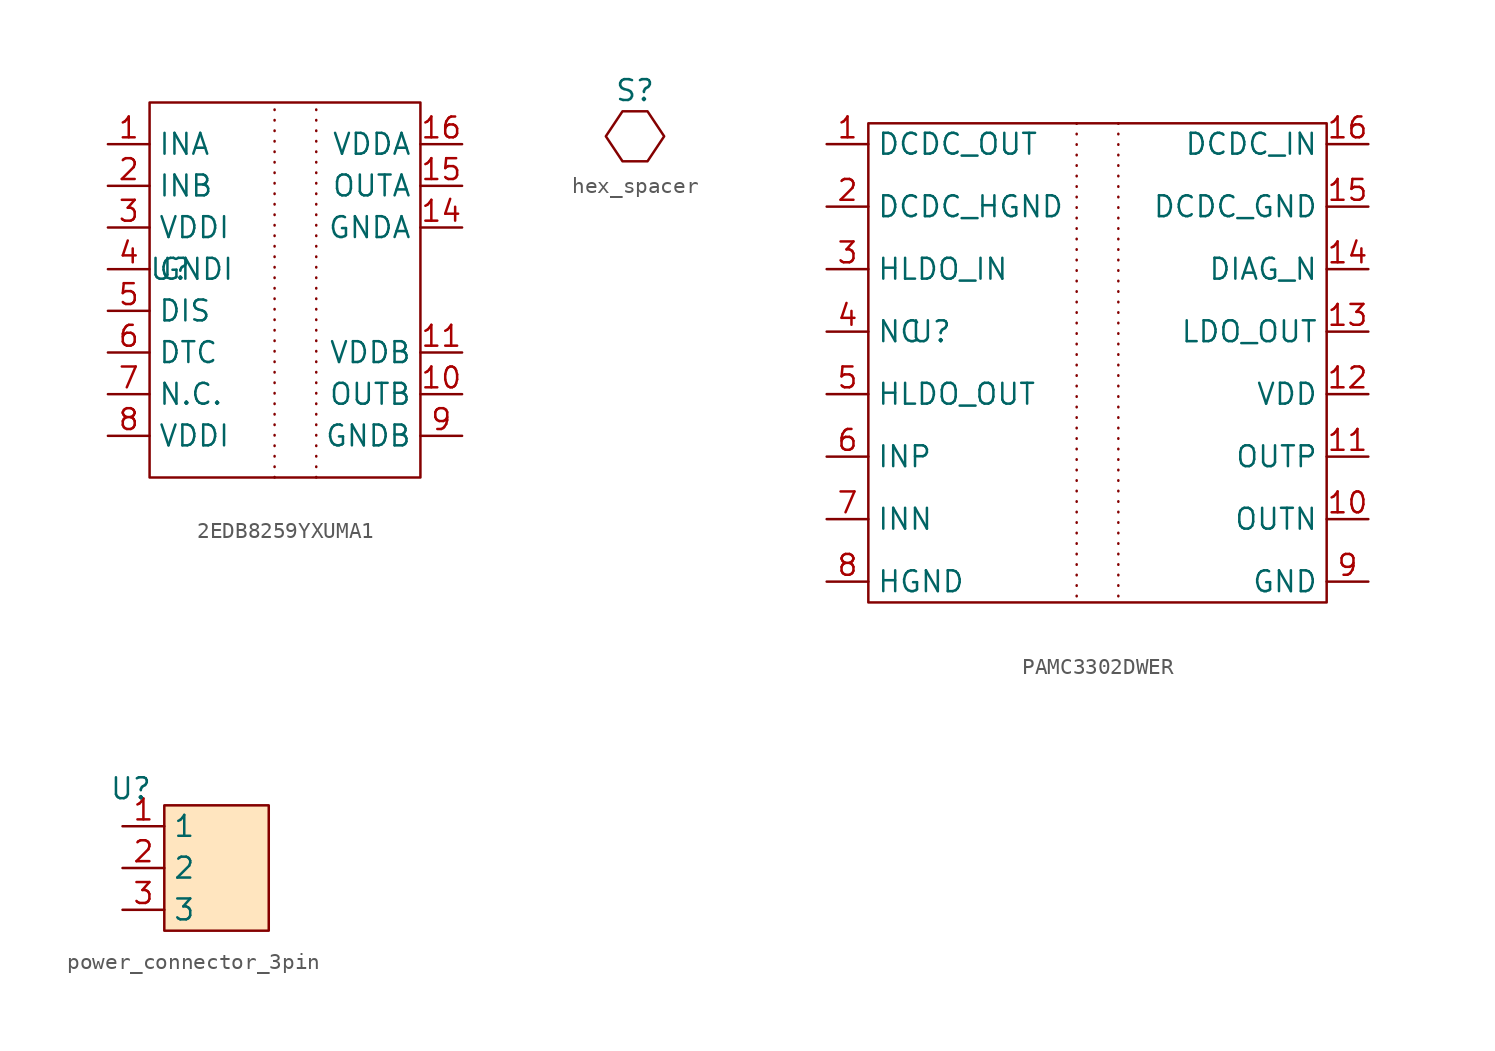
<source format=kicad_sym>
(kicad_symbol_lib
  (version 20241209)
  (generator "kicad_symbol_editor")
  (generator_version "9.0")
  (symbol "2EDB8259YXUMA1"
    (property "Reference" "U"
      (at -7.62 0 0)
      (effects (font (size 1.27 1.27))))
    (property "Value" ""
      (at 0 0 0)
      (effects (font (size 1.27 1.27))))
    (symbol "2EDB8259YXUMA1_0_1"
      (rectangle (start -8.89 10.16) (end 7.62 -12.7) (stroke (width 0) (type default)) (fill (type none))))
    (symbol "2EDB8259YXUMA1_1_1"
      (polyline (pts (xy -1.27 -12.7) (xy -1.27 10.16)) (stroke (width 0) (type dot)) (fill (type none)))
      (polyline (pts (xy 1.27 -12.7) (xy 1.27 10.16)) (stroke (width 0) (type dot)) (fill (type none)))
      (pin passive line (at -11.43 7.62 0) (length 2.54) (name "INA" (effects (font (size 1.27 1.27)))) (number "1" (effects (font (size 1.27 1.27)))))
      (pin passive line (at -11.43 5.08 0) (length 2.54) (name "INB" (effects (font (size 1.27 1.27)))) (number "2" (effects (font (size 1.27 1.27)))))
      (pin passive line (at -11.43 2.54 0) (length 2.54) (name "VDDI" (effects (font (size 1.27 1.27)))) (number "3" (effects (font (size 1.27 1.27)))))
      (pin passive line (at -11.43 0 0) (length 2.54) (name "GNDI" (effects (font (size 1.27 1.27)))) (number "4" (effects (font (size 1.27 1.27)))))
      (pin passive line (at -11.43 -2.54 0) (length 2.54) (name "DIS" (effects (font (size 1.27 1.27)))) (number "5" (effects (font (size 1.27 1.27)))))
      (pin passive line (at -11.43 -5.08 0) (length 2.54) (name "DTC" (effects (font (size 1.27 1.27)))) (number "6" (effects (font (size 1.27 1.27)))))
      (pin passive line (at -11.43 -7.62 0) (length 2.54) (name "N.C." (effects (font (size 1.27 1.27)))) (number "7" (effects (font (size 1.27 1.27)))))
      (pin passive line (at -11.43 -10.16 0) (length 2.54) (name "VDDI" (effects (font (size 1.27 1.27)))) (number "8" (effects (font (size 1.27 1.27)))))
      (pin passive line (at 10.16 7.62 180) (length 2.54) (name "VDDA" (effects (font (size 1.27 1.27)))) (number "16" (effects (font (size 1.27 1.27)))))
      (pin passive line (at 10.16 5.08 180) (length 2.54) (name "OUTA" (effects (font (size 1.27 1.27)))) (number "15" (effects (font (size 1.27 1.27)))))
      (pin passive line (at 10.16 2.54 180) (length 2.54) (name "GNDA" (effects (font (size 1.27 1.27)))) (number "14" (effects (font (size 1.27 1.27)))))
      (pin passive line (at 10.16 -5.08 180) (length 2.54) (name "VDDB" (effects (font (size 1.27 1.27)))) (number "11" (effects (font (size 1.27 1.27)))))
      (pin passive line (at 10.16 -7.62 180) (length 2.54) (name "OUTB" (effects (font (size 1.27 1.27)))) (number "10" (effects (font (size 1.27 1.27)))))
      (pin passive line (at 10.16 -10.16 180) (length 2.54) (name "GNDB" (effects (font (size 1.27 1.27)))) (number "9" (effects (font (size 1.27 1.27)))))))
  (symbol "hex_spacer"
    (property "Reference" "S"
      (at 0 2.794 0)
      (effects (font (size 1.27 1.27))))
    (property "Value" ""
      (at 0 0 0)
      (effects (font (size 1.27 1.27))))
    (symbol "hex_spacer_0_1"
      (polyline (pts (xy -0.762 1.524) (xy 0.762 1.524) (xy 1.778 0) (xy 0.762 -1.524) (xy -0.762 -1.524) (xy -1.778 0) (xy -0.762 1.524)) (stroke (width 0) (type default)) (fill (type none)))))
  (symbol "PAMC3302DWER"
    (property "Reference" "U"
      (at -10.16 0 0)
      (effects (font (size 1.27 1.27))))
    (property "Value" ""
      (at 0 0 0)
      (effects (font (size 1.27 1.27))))
    (symbol "PAMC3302DWER_0_1"
      (rectangle (start -13.97 12.7) (end 13.97 -16.51) (stroke (width 0) (type default)) (fill (type none)))
      (polyline (pts (xy -1.27 12.7) (xy -1.27 -16.51)) (stroke (width 0) (type dot)) (fill (type none)))
      (polyline (pts (xy 1.27 12.7) (xy 1.27 -16.51)) (stroke (width 0) (type dot)) (fill (type none))))
    (symbol "PAMC3302DWER_1_1"
      (pin input line (at -16.51 11.43 0) (length 2.54) (name "DCDC_OUT" (effects (font (size 1.27 1.27)))) (number "1" (effects (font (size 1.27 1.27)))))
      (pin input line (at -16.51 7.62 0) (length 2.54) (name "DCDC_HGND" (effects (font (size 1.27 1.27)))) (number "2" (effects (font (size 1.27 1.27)))))
      (pin input line (at -16.51 3.81 0) (length 2.54) (name "HLDO_IN" (effects (font (size 1.27 1.27)))) (number "3" (effects (font (size 1.27 1.27)))))
      (pin input line (at -16.51 0 0) (length 2.54) (name "NC" (effects (font (size 1.27 1.27)))) (number "4" (effects (font (size 1.27 1.27)))))
      (pin input line (at -16.51 -3.81 0) (length 2.54) (name "HLDO_OUT" (effects (font (size 1.27 1.27)))) (number "5" (effects (font (size 1.27 1.27)))))
      (pin input line (at -16.51 -7.62 0) (length 2.54) (name "INP" (effects (font (size 1.27 1.27)))) (number "6" (effects (font (size 1.27 1.27)))))
      (pin input line (at -16.51 -11.43 0) (length 2.54) (name "INN" (effects (font (size 1.27 1.27)))) (number "7" (effects (font (size 1.27 1.27)))))
      (pin input line (at -16.51 -15.24 0) (length 2.54) (name "HGND" (effects (font (size 1.27 1.27)))) (number "8" (effects (font (size 1.27 1.27)))))
      (pin input line (at 16.51 11.43 180) (length 2.54) (name "DCDC_IN" (effects (font (size 1.27 1.27)))) (number "16" (effects (font (size 1.27 1.27)))))
      (pin input line (at 16.51 7.62 180) (length 2.54) (name "DCDC_GND" (effects (font (size 1.27 1.27)))) (number "15" (effects (font (size 1.27 1.27)))))
      (pin input line (at 16.51 3.81 180) (length 2.54) (name "DIAG_N" (effects (font (size 1.27 1.27)))) (number "14" (effects (font (size 1.27 1.27)))))
      (pin input line (at 16.51 0 180) (length 2.54) (name "LDO_OUT" (effects (font (size 1.27 1.27)))) (number "13" (effects (font (size 1.27 1.27)))))
      (pin input line (at 16.51 -3.81 180) (length 2.54) (name "VDD" (effects (font (size 1.27 1.27)))) (number "12" (effects (font (size 1.27 1.27)))))
      (pin input line (at 16.51 -7.62 180) (length 2.54) (name "OUTP" (effects (font (size 1.27 1.27)))) (number "11" (effects (font (size 1.27 1.27)))))
      (pin input line (at 16.51 -11.43 180) (length 2.54) (name "OUTN" (effects (font (size 1.27 1.27)))) (number "10" (effects (font (size 1.27 1.27)))))
      (pin input line (at 16.51 -15.24 180) (length 2.54) (name "GND" (effects (font (size 1.27 1.27)))) (number "9" (effects (font (size 1.27 1.27)))))))
  (symbol "power_connector_3pin"
    (property "Reference" "U"
      (at -2.032 4.826 0)
      (effects (font (size 1.27 1.27))))
    (property "Value" ""
      (at 0 0 0)
      (effects (font (size 1.27 1.27))))
    (symbol "power_connector_3pin_1_1"
      (rectangle (start 0 3.81) (end 6.35 -3.81) (stroke (width 0) (type solid)) (fill (type color) (color 255 229 191 1)))
      (pin input line (at -2.54 2.54 0) (length 2.54) (name "1" (effects (font (size 1.27 1.27)))) (number "1" (effects (font (size 1.27 1.27)))))
      (pin input line (at -2.54 0 0) (length 2.54) (name "2" (effects (font (size 1.27 1.27)))) (number "2" (effects (font (size 1.27 1.27)))))
      (pin input line (at -2.54 -2.54 0) (length 2.54) (name "3" (effects (font (size 1.27 1.27)))) (number "3" (effects (font (size 1.27 1.27))))))))
</source>
